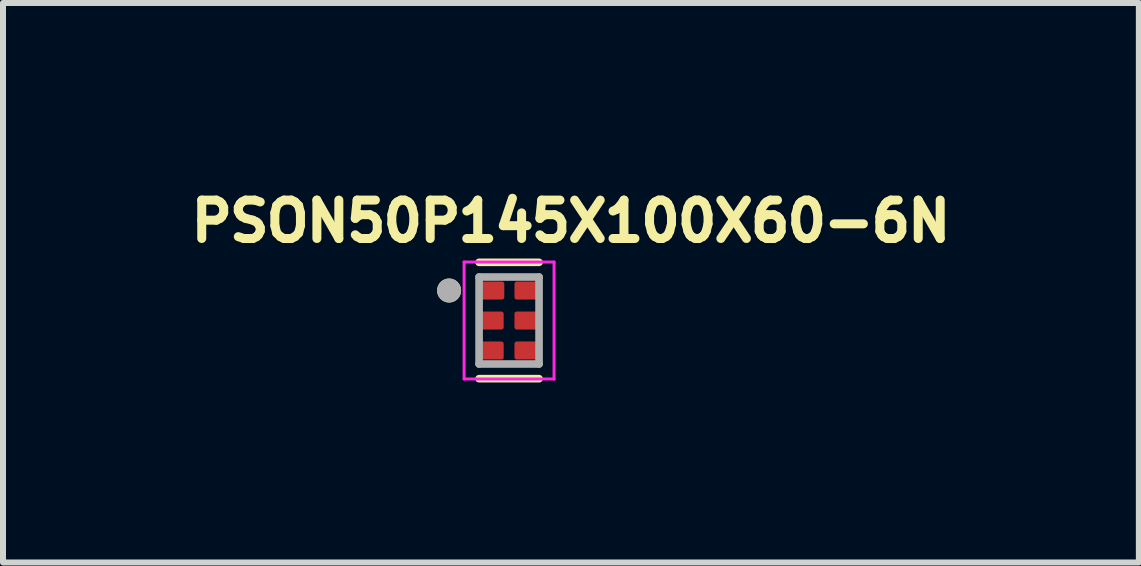
<source format=kicad_pcb>
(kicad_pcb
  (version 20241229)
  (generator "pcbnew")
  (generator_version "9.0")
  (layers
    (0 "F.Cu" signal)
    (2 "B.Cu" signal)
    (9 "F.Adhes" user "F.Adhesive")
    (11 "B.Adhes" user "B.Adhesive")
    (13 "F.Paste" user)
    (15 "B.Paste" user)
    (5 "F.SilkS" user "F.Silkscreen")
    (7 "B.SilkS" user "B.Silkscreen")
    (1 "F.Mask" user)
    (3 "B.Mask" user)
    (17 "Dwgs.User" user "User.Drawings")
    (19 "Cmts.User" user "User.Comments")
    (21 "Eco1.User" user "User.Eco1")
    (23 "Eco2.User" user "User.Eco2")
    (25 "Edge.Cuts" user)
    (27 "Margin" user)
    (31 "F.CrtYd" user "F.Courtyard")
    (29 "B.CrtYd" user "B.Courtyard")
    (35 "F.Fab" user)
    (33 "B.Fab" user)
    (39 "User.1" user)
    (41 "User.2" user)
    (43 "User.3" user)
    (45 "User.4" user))
  (footprint "PSON50P145X100X60-6N"
    (layer "F.Cu")
    (at 5.438 2.294)
    (property "Reference" "PSON50P145X100X60-6N" (at 1.032 -1.656 0) (layer "F.SilkS") (effects (font (size 0.64 0.64) (thickness 0.15))))
    (attr smd)
    (fp_line (start -0.5 -0.97) (end 0.5 -0.97) (stroke (width 0.127) (type solid)) (layer "F.SilkS"))
    (fp_line (start -0.5 0.97) (end 0.5 0.97) (stroke (width 0.127) (type solid)) (layer "F.SilkS"))
    (fp_circle (center -1 -0.5) (end -0.9 -0.5) (stroke (width 0.2) (type solid)) (fill no) (layer "F.SilkS"))
    (fp_line (start -0.75 -0.975) (end 0.75 -0.975) (stroke (width 0.05) (type solid)) (layer "F.CrtYd"))
    (fp_line (start -0.75 0.975) (end -0.75 -0.975) (stroke (width 0.05) (type solid)) (layer "F.CrtYd"))
    (fp_line (start 0.75 -0.975) (end 0.75 0.975) (stroke (width 0.05) (type solid)) (layer "F.CrtYd"))
    (fp_line (start 0.75 0.975) (end -0.75 0.975) (stroke (width 0.05) (type solid)) (layer "F.CrtYd"))
    (fp_line (start -0.5 -0.725) (end -0.5 0.725) (stroke (width 0.127) (type solid)) (layer "F.Fab"))
    (fp_line (start -0.5 -0.725) (end 0.5 -0.725) (stroke (width 0.127) (type solid)) (layer "F.Fab"))
    (fp_line (start -0.5 0.725) (end 0.5 0.725) (stroke (width 0.127) (type solid)) (layer "F.Fab"))
    (fp_line (start 0.5 0.725) (end 0.5 -0.725) (stroke (width 0.127) (type solid)) (layer "F.Fab"))
    (fp_circle (center -1 -0.5) (end -0.9 -0.5) (stroke (width 0.2) (type solid)) (fill no) (layer "F.Fab"))
    (pad "1" smd roundrect (at -0.29 -0.5) (size 0.42 0.3) (layers "F.Cu" "F.Mask" "F.Paste") (roundrect_rratio 0.125))
    (pad "2" smd roundrect (at -0.295 0) (size 0.41 0.3) (layers "F.Cu" "F.Mask" "F.Paste") (roundrect_rratio 0.125))
    (pad "3" smd roundrect (at -0.295 0.5) (size 0.41 0.3) (layers "F.Cu" "F.Mask" "F.Paste") (roundrect_rratio 0.125))
    (pad "4" smd roundrect (at 0.295 0.5) (size 0.41 0.3) (layers "F.Cu" "F.Mask" "F.Paste") (roundrect_rratio 0.125))
    (pad "5" smd roundrect (at 0.295 0) (size 0.41 0.3) (layers "F.Cu" "F.Mask" "F.Paste") (roundrect_rratio 0.125))
    (pad "6" smd roundrect (at 0.295 -0.5) (size 0.41 0.3) (layers "F.Cu" "F.Mask" "F.Paste") (roundrect_rratio 0.125)))
  (gr_rect
    (start -3 -3)
    (end 15.939 6.328)
    (stroke (width 0.1) (type default))
    (fill no)
    (layer "Edge.Cuts")))
</source>
